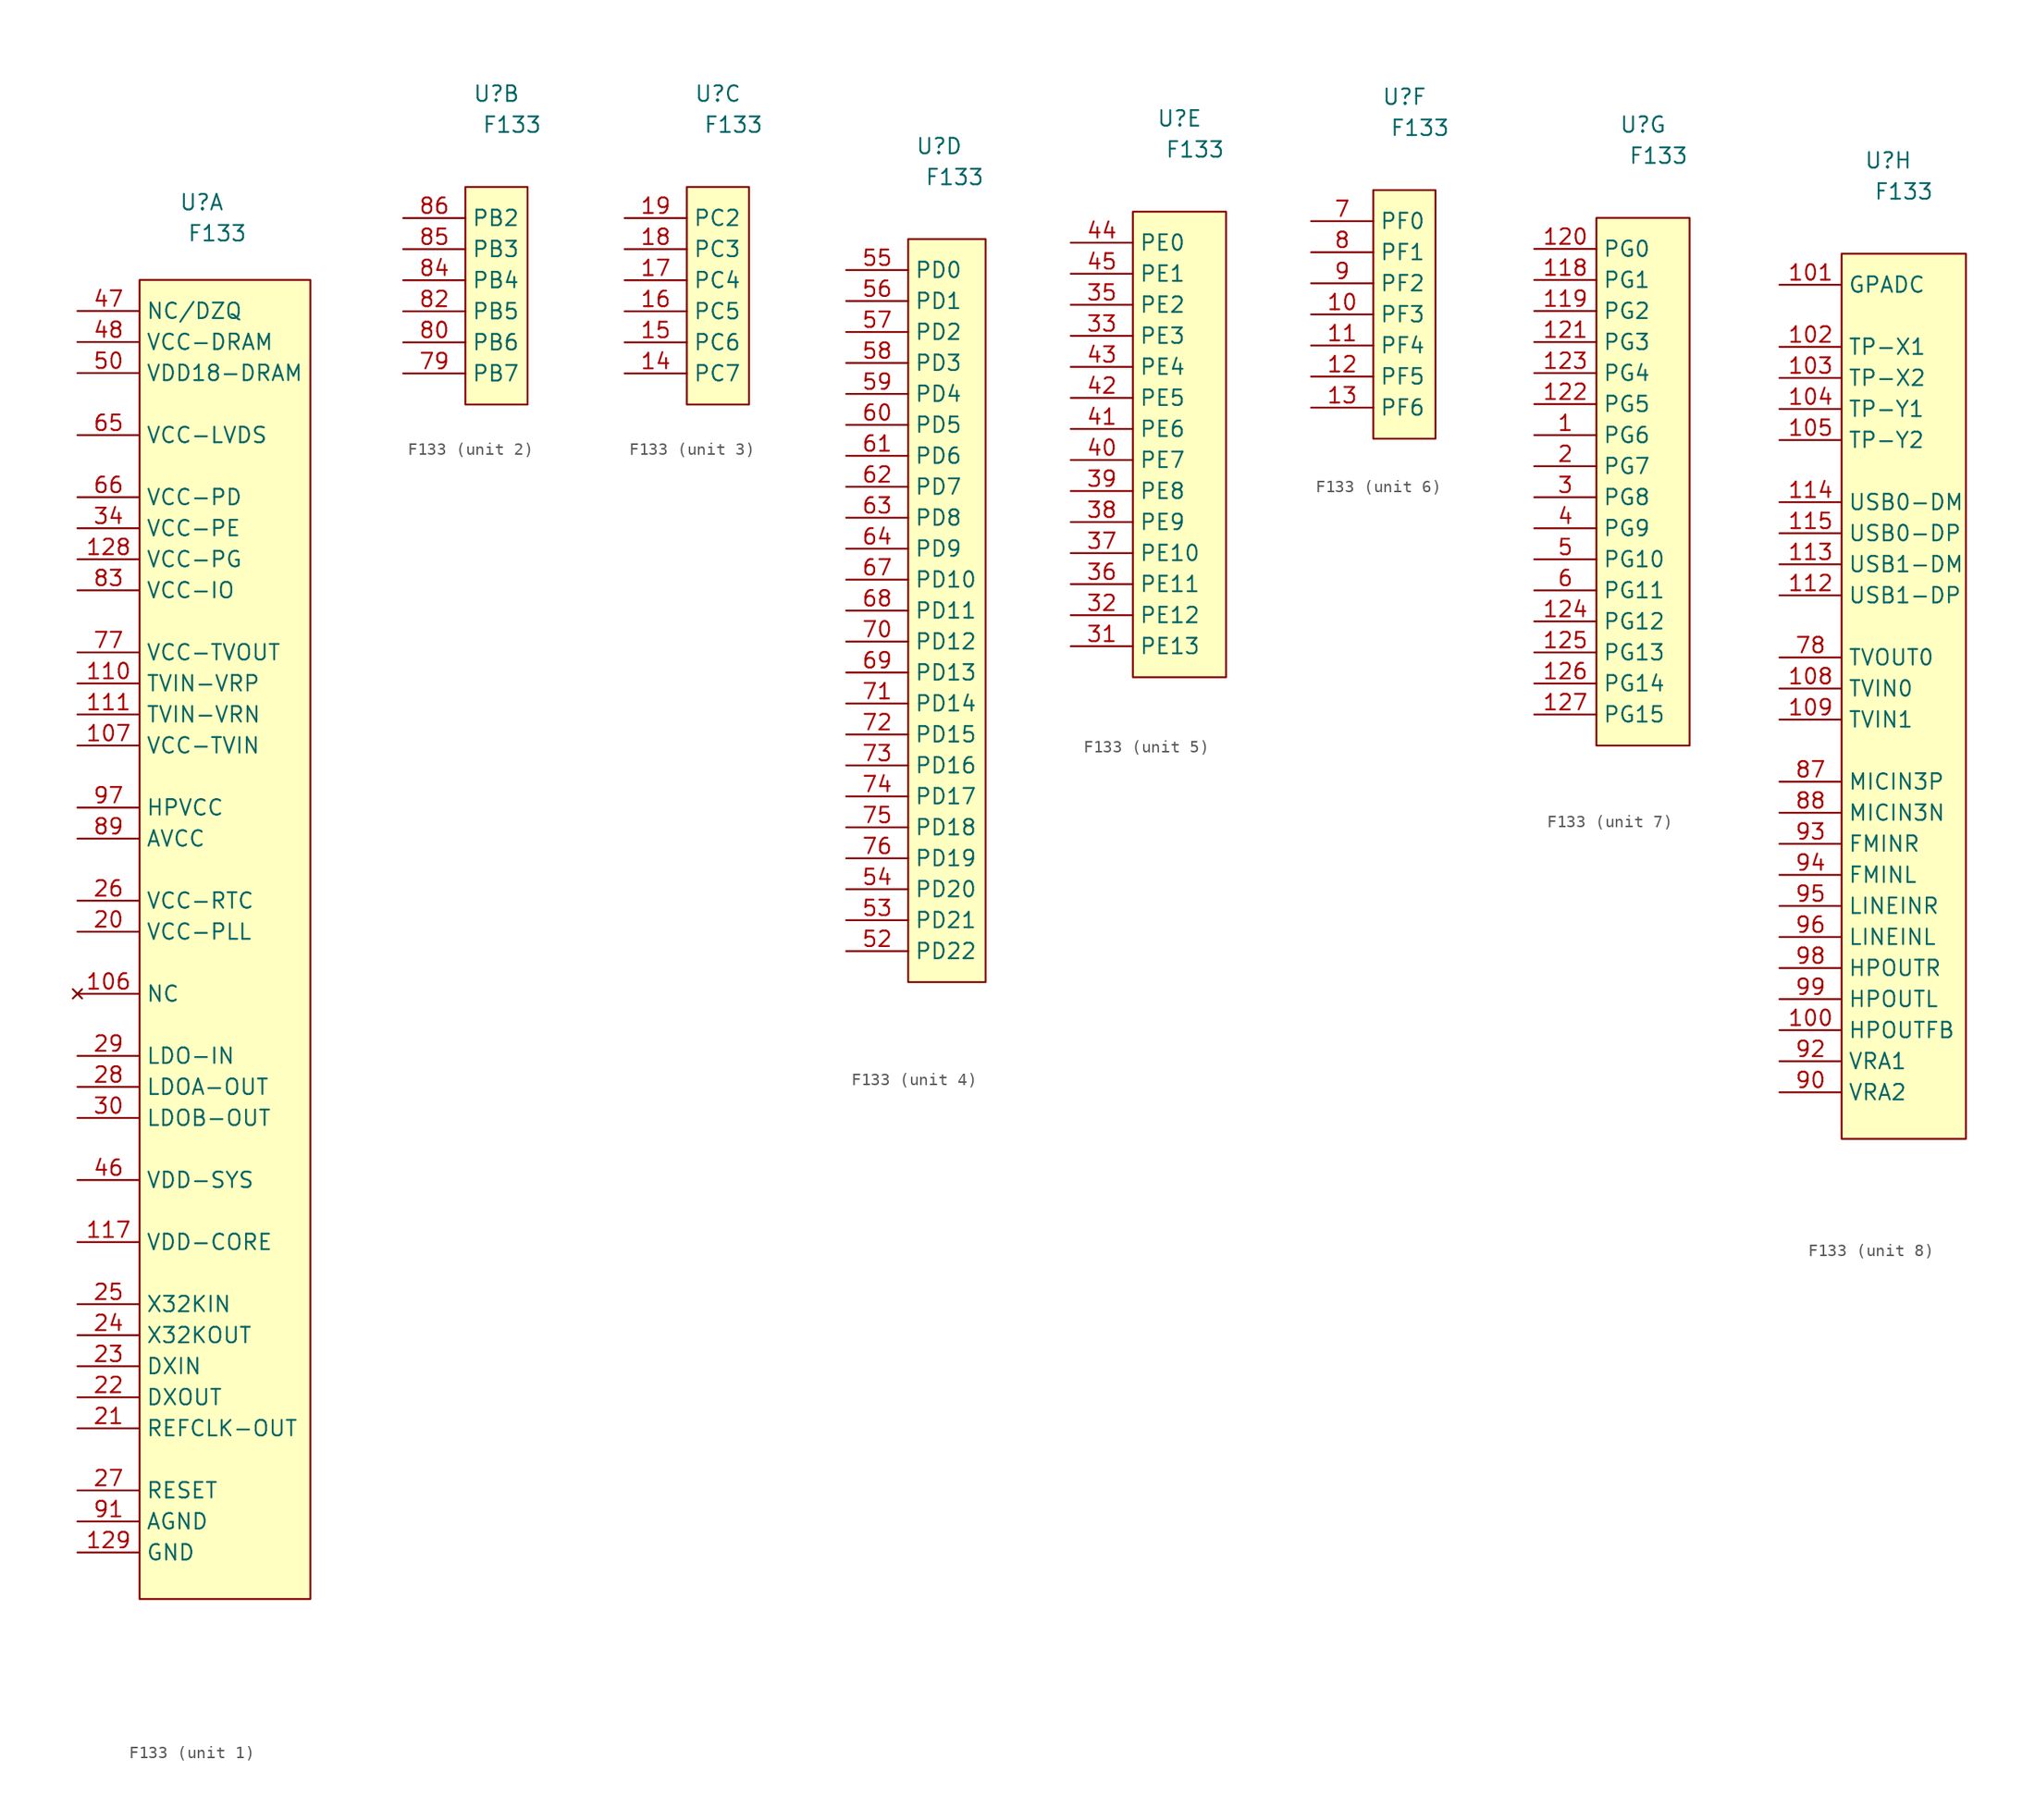
<source format=kicad_sym>
(kicad_symbol_lib
  (version 20211014)
  (generator kicad_symbol_editor)
  (symbol "F133"
    (property "Reference" "U"
      (at 0 7.62 0)
      (effects (font (size 1.27 1.27))))
    (property "Value" "F133"
      (at 1.27 5.08 0)
      (effects (font (size 1.27 1.27))))
    (property "ki_locked" ""
      (at 0 0 0)
      (effects (font (size 1.27 1.27))))
    (symbol "F133_1_1"
      (rectangle (start -5.08 1.27) (end 8.89 -106.68) (stroke (width 0.152) (type default) (color 0 0 0 0)) (fill (type background)))
      (pin no_connect line (at -10.16 -57.15 0) (length 5.08) (name "NC" (effects (font (size 1.27 1.27)))) (number "106" (effects (font (size 1.27 1.27)))))
      (pin passive line (at -10.16 -36.83 0) (length 5.08) (name "VCC-TVIN" (effects (font (size 1.27 1.27)))) (number "107" (effects (font (size 1.27 1.27)))))
      (pin passive line (at -10.16 -31.75 0) (length 5.08) (name "TVIN-VRP" (effects (font (size 1.27 1.27)))) (number "110" (effects (font (size 1.27 1.27)))))
      (pin passive line (at -10.16 -34.29 0) (length 5.08) (name "TVIN-VRN" (effects (font (size 1.27 1.27)))) (number "111" (effects (font (size 1.27 1.27)))))
      (pin passive line (at -10.16 -77.47 0) (length 5.08) hide (name "VDD-CORE" (effects (font (size 1.27 1.27)))) (number "116" (effects (font (size 1.27 1.27)))))
      (pin passive line (at -10.16 -77.47 0) (length 5.08) (name "VDD-CORE" (effects (font (size 1.27 1.27)))) (number "117" (effects (font (size 1.27 1.27)))))
      (pin passive line (at -10.16 -21.59 0) (length 5.08) (name "VCC-PG" (effects (font (size 1.27 1.27)))) (number "128" (effects (font (size 1.27 1.27)))))
      (pin passive line (at -10.16 -102.87 0) (length 5.08) (name "GND" (effects (font (size 1.27 1.27)))) (number "129" (effects (font (size 1.27 1.27)))))
      (pin passive line (at -10.16 -52.07 0) (length 5.08) (name "VCC-PLL" (effects (font (size 1.27 1.27)))) (number "20" (effects (font (size 1.27 1.27)))))
      (pin passive line (at -10.16 -92.71 0) (length 5.08) (name "REFCLK-OUT" (effects (font (size 1.27 1.27)))) (number "21" (effects (font (size 1.27 1.27)))))
      (pin passive line (at -10.16 -90.17 0) (length 5.08) (name "DXOUT" (effects (font (size 1.27 1.27)))) (number "22" (effects (font (size 1.27 1.27)))))
      (pin passive line (at -10.16 -87.63 0) (length 5.08) (name "DXIN" (effects (font (size 1.27 1.27)))) (number "23" (effects (font (size 1.27 1.27)))))
      (pin passive line (at -10.16 -85.09 0) (length 5.08) (name "X32KOUT" (effects (font (size 1.27 1.27)))) (number "24" (effects (font (size 1.27 1.27)))))
      (pin passive line (at -10.16 -82.55 0) (length 5.08) (name "X32KIN" (effects (font (size 1.27 1.27)))) (number "25" (effects (font (size 1.27 1.27)))))
      (pin passive line (at -10.16 -49.53 0) (length 5.08) (name "VCC-RTC" (effects (font (size 1.27 1.27)))) (number "26" (effects (font (size 1.27 1.27)))))
      (pin passive line (at -10.16 -97.79 0) (length 5.08) (name "RESET" (effects (font (size 1.27 1.27)))) (number "27" (effects (font (size 1.27 1.27)))))
      (pin passive line (at -10.16 -64.77 0) (length 5.08) (name "LDOA-OUT" (effects (font (size 1.27 1.27)))) (number "28" (effects (font (size 1.27 1.27)))))
      (pin passive line (at -10.16 -62.23 0) (length 5.08) (name "LDO-IN" (effects (font (size 1.27 1.27)))) (number "29" (effects (font (size 1.27 1.27)))))
      (pin passive line (at -10.16 -67.31 0) (length 5.08) (name "LDOB-OUT" (effects (font (size 1.27 1.27)))) (number "30" (effects (font (size 1.27 1.27)))))
      (pin passive line (at -10.16 -19.05 0) (length 5.08) (name "VCC-PE" (effects (font (size 1.27 1.27)))) (number "34" (effects (font (size 1.27 1.27)))))
      (pin passive line (at -10.16 -72.39 0) (length 5.08) (name "VDD-SYS" (effects (font (size 1.27 1.27)))) (number "46" (effects (font (size 1.27 1.27)))))
      (pin passive line (at -10.16 -1.27 0) (length 5.08) (name "NC/DZQ" (effects (font (size 1.27 1.27)))) (number "47" (effects (font (size 1.27 1.27)))))
      (pin passive line (at -10.16 -3.81 0) (length 5.08) (name "VCC-DRAM" (effects (font (size 1.27 1.27)))) (number "48" (effects (font (size 1.27 1.27)))))
      (pin passive line (at -10.16 -3.81 0) (length 5.08) hide (name "VCC-DRAM" (effects (font (size 1.27 1.27)))) (number "49" (effects (font (size 1.27 1.27)))))
      (pin passive line (at -10.16 -6.35 0) (length 5.08) (name "VDD18-DRAM" (effects (font (size 1.27 1.27)))) (number "50" (effects (font (size 1.27 1.27)))))
      (pin passive line (at -10.16 -72.39 0) (length 5.08) hide (name "VDD-SYS" (effects (font (size 1.27 1.27)))) (number "51" (effects (font (size 1.27 1.27)))))
      (pin passive line (at -10.16 -11.43 0) (length 5.08) (name "VCC-LVDS" (effects (font (size 1.27 1.27)))) (number "65" (effects (font (size 1.27 1.27)))))
      (pin passive line (at -10.16 -16.51 0) (length 5.08) (name "VCC-PD" (effects (font (size 1.27 1.27)))) (number "66" (effects (font (size 1.27 1.27)))))
      (pin passive line (at -10.16 -29.21 0) (length 5.08) (name "VCC-TVOUT" (effects (font (size 1.27 1.27)))) (number "77" (effects (font (size 1.27 1.27)))))
      (pin passive line (at -10.16 -72.39 0) (length 5.08) hide (name "VDD-SYS" (effects (font (size 1.27 1.27)))) (number "81" (effects (font (size 1.27 1.27)))))
      (pin passive line (at -10.16 -24.13 0) (length 5.08) (name "VCC-IO" (effects (font (size 1.27 1.27)))) (number "83" (effects (font (size 1.27 1.27)))))
      (pin passive line (at -10.16 -44.45 0) (length 5.08) (name "AVCC" (effects (font (size 1.27 1.27)))) (number "89" (effects (font (size 1.27 1.27)))))
      (pin passive line (at -10.16 -100.33 0) (length 5.08) (name "AGND" (effects (font (size 1.27 1.27)))) (number "91" (effects (font (size 1.27 1.27)))))
      (pin passive line (at -10.16 -41.91 0) (length 5.08) (name "HPVCC" (effects (font (size 1.27 1.27)))) (number "97" (effects (font (size 1.27 1.27))))))
    (symbol "F133_2_0"
      (pin passive line (at -7.62 -15.24 0) (length 5.08) (name "PB7" (effects (font (size 1.27 1.27)))) (number "79" (effects (font (size 1.27 1.27)))))
      (pin passive line (at -7.62 -12.7 0) (length 5.08) (name "PB6" (effects (font (size 1.27 1.27)))) (number "80" (effects (font (size 1.27 1.27)))))
      (pin passive line (at -7.62 -10.16 0) (length 5.08) (name "PB5" (effects (font (size 1.27 1.27)))) (number "82" (effects (font (size 1.27 1.27)))))
      (pin passive line (at -7.62 -7.62 0) (length 5.08) (name "PB4" (effects (font (size 1.27 1.27)))) (number "84" (effects (font (size 1.27 1.27)))))
      (pin passive line (at -7.62 -5.08 0) (length 5.08) (name "PB3" (effects (font (size 1.27 1.27)))) (number "85" (effects (font (size 1.27 1.27)))))
      (pin passive line (at -7.62 -2.54 0) (length 5.08) (name "PB2" (effects (font (size 1.27 1.27)))) (number "86" (effects (font (size 1.27 1.27))))))
    (symbol "F133_2_1"
      (rectangle (start -2.54 0) (end 2.54 -17.78) (stroke (width 0.152) (type default) (color 0 0 0 0)) (fill (type background))))
    (symbol "F133_3_0"
      (pin passive line (at -7.62 -15.24 0) (length 5.08) (name "PC7" (effects (font (size 1.27 1.27)))) (number "14" (effects (font (size 1.27 1.27)))))
      (pin passive line (at -7.62 -12.7 0) (length 5.08) (name "PC6" (effects (font (size 1.27 1.27)))) (number "15" (effects (font (size 1.27 1.27)))))
      (pin passive line (at -7.62 -10.16 0) (length 5.08) (name "PC5" (effects (font (size 1.27 1.27)))) (number "16" (effects (font (size 1.27 1.27)))))
      (pin passive line (at -7.62 -7.62 0) (length 5.08) (name "PC4" (effects (font (size 1.27 1.27)))) (number "17" (effects (font (size 1.27 1.27)))))
      (pin passive line (at -7.62 -5.08 0) (length 5.08) (name "PC3" (effects (font (size 1.27 1.27)))) (number "18" (effects (font (size 1.27 1.27)))))
      (pin passive line (at -7.62 -2.54 0) (length 5.08) (name "PC2" (effects (font (size 1.27 1.27)))) (number "19" (effects (font (size 1.27 1.27))))))
    (symbol "F133_3_1"
      (rectangle (start -2.54 0) (end 2.54 -17.78) (stroke (width 0.152) (type default) (color 0 0 0 0)) (fill (type background))))
    (symbol "F133_4_0"
      (pin passive line (at -7.62 -58.42 0) (length 5.08) (name "PD22" (effects (font (size 1.27 1.27)))) (number "52" (effects (font (size 1.27 1.27)))))
      (pin passive line (at -7.62 -55.88 0) (length 5.08) (name "PD21" (effects (font (size 1.27 1.27)))) (number "53" (effects (font (size 1.27 1.27)))))
      (pin passive line (at -7.62 -53.34 0) (length 5.08) (name "PD20" (effects (font (size 1.27 1.27)))) (number "54" (effects (font (size 1.27 1.27)))))
      (pin passive line (at -7.62 -2.54 0) (length 5.08) (name "PD0" (effects (font (size 1.27 1.27)))) (number "55" (effects (font (size 1.27 1.27)))))
      (pin passive line (at -7.62 -5.08 0) (length 5.08) (name "PD1" (effects (font (size 1.27 1.27)))) (number "56" (effects (font (size 1.27 1.27)))))
      (pin passive line (at -7.62 -7.62 0) (length 5.08) (name "PD2" (effects (font (size 1.27 1.27)))) (number "57" (effects (font (size 1.27 1.27)))))
      (pin passive line (at -7.62 -10.16 0) (length 5.08) (name "PD3" (effects (font (size 1.27 1.27)))) (number "58" (effects (font (size 1.27 1.27)))))
      (pin passive line (at -7.62 -12.7 0) (length 5.08) (name "PD4" (effects (font (size 1.27 1.27)))) (number "59" (effects (font (size 1.27 1.27)))))
      (pin passive line (at -7.62 -15.24 0) (length 5.08) (name "PD5" (effects (font (size 1.27 1.27)))) (number "60" (effects (font (size 1.27 1.27)))))
      (pin passive line (at -7.62 -17.78 0) (length 5.08) (name "PD6" (effects (font (size 1.27 1.27)))) (number "61" (effects (font (size 1.27 1.27)))))
      (pin passive line (at -7.62 -20.32 0) (length 5.08) (name "PD7" (effects (font (size 1.27 1.27)))) (number "62" (effects (font (size 1.27 1.27)))))
      (pin passive line (at -7.62 -22.86 0) (length 5.08) (name "PD8" (effects (font (size 1.27 1.27)))) (number "63" (effects (font (size 1.27 1.27)))))
      (pin passive line (at -7.62 -25.4 0) (length 5.08) (name "PD9" (effects (font (size 1.27 1.27)))) (number "64" (effects (font (size 1.27 1.27)))))
      (pin passive line (at -7.62 -27.94 0) (length 5.08) (name "PD10" (effects (font (size 1.27 1.27)))) (number "67" (effects (font (size 1.27 1.27)))))
      (pin passive line (at -7.62 -30.48 0) (length 5.08) (name "PD11" (effects (font (size 1.27 1.27)))) (number "68" (effects (font (size 1.27 1.27)))))
      (pin passive line (at -7.62 -35.56 0) (length 5.08) (name "PD13" (effects (font (size 1.27 1.27)))) (number "69" (effects (font (size 1.27 1.27)))))
      (pin passive line (at -7.62 -33.02 0) (length 5.08) (name "PD12" (effects (font (size 1.27 1.27)))) (number "70" (effects (font (size 1.27 1.27)))))
      (pin passive line (at -7.62 -38.1 0) (length 5.08) (name "PD14" (effects (font (size 1.27 1.27)))) (number "71" (effects (font (size 1.27 1.27)))))
      (pin passive line (at -7.62 -40.64 0) (length 5.08) (name "PD15" (effects (font (size 1.27 1.27)))) (number "72" (effects (font (size 1.27 1.27)))))
      (pin passive line (at -7.62 -43.18 0) (length 5.08) (name "PD16" (effects (font (size 1.27 1.27)))) (number "73" (effects (font (size 1.27 1.27)))))
      (pin passive line (at -7.62 -45.72 0) (length 5.08) (name "PD17" (effects (font (size 1.27 1.27)))) (number "74" (effects (font (size 1.27 1.27)))))
      (pin passive line (at -7.62 -48.26 0) (length 5.08) (name "PD18" (effects (font (size 1.27 1.27)))) (number "75" (effects (font (size 1.27 1.27)))))
      (pin passive line (at -7.62 -50.8 0) (length 5.08) (name "PD19" (effects (font (size 1.27 1.27)))) (number "76" (effects (font (size 1.27 1.27))))))
    (symbol "F133_4_1"
      (rectangle (start -2.54 0) (end 3.81 -60.96) (stroke (width 0.152) (type default) (color 0 0 0 0)) (fill (type background))))
    (symbol "F133_5_0"
      (pin passive line (at -8.89 -10.16 0) (length 5.08) (name "PE3" (effects (font (size 1.27 1.27)))) (number "33" (effects (font (size 1.27 1.27)))))
      (pin passive line (at -8.89 -7.62 0) (length 5.08) (name "PE2" (effects (font (size 1.27 1.27)))) (number "35" (effects (font (size 1.27 1.27)))))
      (pin passive line (at -8.89 -30.48 0) (length 5.08) (name "PE11" (effects (font (size 1.27 1.27)))) (number "36" (effects (font (size 1.27 1.27)))))
      (pin passive line (at -8.89 -27.94 0) (length 5.08) (name "PE10" (effects (font (size 1.27 1.27)))) (number "37" (effects (font (size 1.27 1.27)))))
      (pin passive line (at -8.89 -25.4 0) (length 5.08) (name "PE9" (effects (font (size 1.27 1.27)))) (number "38" (effects (font (size 1.27 1.27)))))
      (pin passive line (at -8.89 -22.86 0) (length 5.08) (name "PE8" (effects (font (size 1.27 1.27)))) (number "39" (effects (font (size 1.27 1.27)))))
      (pin passive line (at -8.89 -20.32 0) (length 5.08) (name "PE7" (effects (font (size 1.27 1.27)))) (number "40" (effects (font (size 1.27 1.27)))))
      (pin passive line (at -8.89 -17.78 0) (length 5.08) (name "PE6" (effects (font (size 1.27 1.27)))) (number "41" (effects (font (size 1.27 1.27)))))
      (pin passive line (at -8.89 -15.24 0) (length 5.08) (name "PE5" (effects (font (size 1.27 1.27)))) (number "42" (effects (font (size 1.27 1.27)))))
      (pin passive line (at -8.89 -12.7 0) (length 5.08) (name "PE4" (effects (font (size 1.27 1.27)))) (number "43" (effects (font (size 1.27 1.27)))))
      (pin passive line (at -8.89 -2.54 0) (length 5.08) (name "PE0" (effects (font (size 1.27 1.27)))) (number "44" (effects (font (size 1.27 1.27)))))
      (pin passive line (at -8.89 -5.08 0) (length 5.08) (name "PE1" (effects (font (size 1.27 1.27)))) (number "45" (effects (font (size 1.27 1.27))))))
    (symbol "F133_5_1"
      (rectangle (start -3.81 0) (end 3.81 -38.1) (stroke (width 0.152) (type default) (color 0 0 0 0)) (fill (type background)))
      (pin passive line (at -8.89 -35.56 0) (length 5.08) (name "PE13" (effects (font (size 1.27 1.27)))) (number "31" (effects (font (size 1.27 1.27)))))
      (pin passive line (at -8.89 -33.02 0) (length 5.08) (name "PE12" (effects (font (size 1.27 1.27)))) (number "32" (effects (font (size 1.27 1.27))))))
    (symbol "F133_6_0"
      (pin passive line (at -7.62 -10.16 0) (length 5.08) (name "PF3" (effects (font (size 1.27 1.27)))) (number "10" (effects (font (size 1.27 1.27)))))
      (pin passive line (at -7.62 -12.7 0) (length 5.08) (name "PF4" (effects (font (size 1.27 1.27)))) (number "11" (effects (font (size 1.27 1.27)))))
      (pin passive line (at -7.62 -15.24 0) (length 5.08) (name "PF5" (effects (font (size 1.27 1.27)))) (number "12" (effects (font (size 1.27 1.27)))))
      (pin passive line (at -7.62 -17.78 0) (length 5.08) (name "PF6" (effects (font (size 1.27 1.27)))) (number "13" (effects (font (size 1.27 1.27)))))
      (pin passive line (at -7.62 -2.54 0) (length 5.08) (name "PF0" (effects (font (size 1.27 1.27)))) (number "7" (effects (font (size 1.27 1.27)))))
      (pin passive line (at -7.62 -5.08 0) (length 5.08) (name "PF1" (effects (font (size 1.27 1.27)))) (number "8" (effects (font (size 1.27 1.27)))))
      (pin passive line (at -7.62 -7.62 0) (length 5.08) (name "PF2" (effects (font (size 1.27 1.27)))) (number "9" (effects (font (size 1.27 1.27))))))
    (symbol "F133_6_1"
      (rectangle (start -2.54 0) (end 2.54 -20.32) (stroke (width 0.152) (type default) (color 0 0 0 0)) (fill (type background))))
    (symbol "F133_7_0"
      (pin passive line (at -8.89 -17.78 0) (length 5.08) (name "PG6" (effects (font (size 1.27 1.27)))) (number "1" (effects (font (size 1.27 1.27)))))
      (pin passive line (at -8.89 -5.08 0) (length 5.08) (name "PG1" (effects (font (size 1.27 1.27)))) (number "118" (effects (font (size 1.27 1.27)))))
      (pin passive line (at -8.89 -7.62 0) (length 5.08) (name "PG2" (effects (font (size 1.27 1.27)))) (number "119" (effects (font (size 1.27 1.27)))))
      (pin passive line (at -8.89 -2.54 0) (length 5.08) (name "PG0" (effects (font (size 1.27 1.27)))) (number "120" (effects (font (size 1.27 1.27)))))
      (pin passive line (at -8.89 -10.16 0) (length 5.08) (name "PG3" (effects (font (size 1.27 1.27)))) (number "121" (effects (font (size 1.27 1.27)))))
      (pin passive line (at -8.89 -15.24 0) (length 5.08) (name "PG5" (effects (font (size 1.27 1.27)))) (number "122" (effects (font (size 1.27 1.27)))))
      (pin passive line (at -8.89 -12.7 0) (length 5.08) (name "PG4" (effects (font (size 1.27 1.27)))) (number "123" (effects (font (size 1.27 1.27)))))
      (pin passive line (at -8.89 -20.32 0) (length 5.08) (name "PG7" (effects (font (size 1.27 1.27)))) (number "2" (effects (font (size 1.27 1.27)))))
      (pin passive line (at -8.89 -22.86 0) (length 5.08) (name "PG8" (effects (font (size 1.27 1.27)))) (number "3" (effects (font (size 1.27 1.27)))))
      (pin passive line (at -8.89 -25.4 0) (length 5.08) (name "PG9" (effects (font (size 1.27 1.27)))) (number "4" (effects (font (size 1.27 1.27)))))
      (pin passive line (at -8.89 -27.94 0) (length 5.08) (name "PG10" (effects (font (size 1.27 1.27)))) (number "5" (effects (font (size 1.27 1.27)))))
      (pin passive line (at -8.89 -30.48 0) (length 5.08) (name "PG11" (effects (font (size 1.27 1.27)))) (number "6" (effects (font (size 1.27 1.27))))))
    (symbol "F133_7_1"
      (rectangle (start -3.81 0) (end 3.81 -43.18) (stroke (width 0.152) (type default) (color 0 0 0 0)) (fill (type background)))
      (pin passive line (at -8.89 -33.02 0) (length 5.08) (name "PG12" (effects (font (size 1.27 1.27)))) (number "124" (effects (font (size 1.27 1.27)))))
      (pin passive line (at -8.89 -35.56 0) (length 5.08) (name "PG13" (effects (font (size 1.27 1.27)))) (number "125" (effects (font (size 1.27 1.27)))))
      (pin passive line (at -8.89 -38.1 0) (length 5.08) (name "PG14" (effects (font (size 1.27 1.27)))) (number "126" (effects (font (size 1.27 1.27)))))
      (pin passive line (at -8.89 -40.64 0) (length 5.08) (name "PG15" (effects (font (size 1.27 1.27)))) (number "127" (effects (font (size 1.27 1.27))))))
    (symbol "F133_8_1"
      (rectangle (start -3.81 0) (end 6.35 -72.39) (stroke (width 0.152) (type default) (color 0 0 0 0)) (fill (type background)))
      (pin passive line (at -8.89 -63.5 0) (length 5.08) (name "HPOUTFB" (effects (font (size 1.27 1.27)))) (number "100" (effects (font (size 1.27 1.27)))))
      (pin passive line (at -8.89 -2.54 0) (length 5.08) (name "GPADC" (effects (font (size 1.27 1.27)))) (number "101" (effects (font (size 1.27 1.27)))))
      (pin passive line (at -8.89 -7.62 0) (length 5.08) (name "TP-X1" (effects (font (size 1.27 1.27)))) (number "102" (effects (font (size 1.27 1.27)))))
      (pin passive line (at -8.89 -10.16 0) (length 5.08) (name "TP-X2" (effects (font (size 1.27 1.27)))) (number "103" (effects (font (size 1.27 1.27)))))
      (pin passive line (at -8.89 -12.7 0) (length 5.08) (name "TP-Y1" (effects (font (size 1.27 1.27)))) (number "104" (effects (font (size 1.27 1.27)))))
      (pin passive line (at -8.89 -15.24 0) (length 5.08) (name "TP-Y2" (effects (font (size 1.27 1.27)))) (number "105" (effects (font (size 1.27 1.27)))))
      (pin passive line (at -8.89 -35.56 0) (length 5.08) (name "TVIN0" (effects (font (size 1.27 1.27)))) (number "108" (effects (font (size 1.27 1.27)))))
      (pin passive line (at -8.89 -38.1 0) (length 5.08) (name "TVIN1" (effects (font (size 1.27 1.27)))) (number "109" (effects (font (size 1.27 1.27)))))
      (pin passive line (at -8.89 -27.94 0) (length 5.08) (name "USB1-DP" (effects (font (size 1.27 1.27)))) (number "112" (effects (font (size 1.27 1.27)))))
      (pin passive line (at -8.89 -25.4 0) (length 5.08) (name "USB1-DM" (effects (font (size 1.27 1.27)))) (number "113" (effects (font (size 1.27 1.27)))))
      (pin passive line (at -8.89 -20.32 0) (length 5.08) (name "USB0-DM" (effects (font (size 1.27 1.27)))) (number "114" (effects (font (size 1.27 1.27)))))
      (pin passive line (at -8.89 -22.86 0) (length 5.08) (name "USB0-DP" (effects (font (size 1.27 1.27)))) (number "115" (effects (font (size 1.27 1.27)))))
      (pin passive line (at -8.89 -33.02 0) (length 5.08) (name "TVOUT0" (effects (font (size 1.27 1.27)))) (number "78" (effects (font (size 1.27 1.27)))))
      (pin passive line (at -8.89 -43.18 0) (length 5.08) (name "MICIN3P" (effects (font (size 1.27 1.27)))) (number "87" (effects (font (size 1.27 1.27)))))
      (pin passive line (at -8.89 -45.72 0) (length 5.08) (name "MICIN3N" (effects (font (size 1.27 1.27)))) (number "88" (effects (font (size 1.27 1.27)))))
      (pin passive line (at -8.89 -68.58 0) (length 5.08) (name "VRA2" (effects (font (size 1.27 1.27)))) (number "90" (effects (font (size 1.27 1.27)))))
      (pin passive line (at -8.89 -66.04 0) (length 5.08) (name "VRA1" (effects (font (size 1.27 1.27)))) (number "92" (effects (font (size 1.27 1.27)))))
      (pin passive line (at -8.89 -48.26 0) (length 5.08) (name "FMINR" (effects (font (size 1.27 1.27)))) (number "93" (effects (font (size 1.27 1.27)))))
      (pin passive line (at -8.89 -50.8 0) (length 5.08) (name "FMINL" (effects (font (size 1.27 1.27)))) (number "94" (effects (font (size 1.27 1.27)))))
      (pin passive line (at -8.89 -53.34 0) (length 5.08) (name "LINEINR" (effects (font (size 1.27 1.27)))) (number "95" (effects (font (size 1.27 1.27)))))
      (pin passive line (at -8.89 -55.88 0) (length 5.08) (name "LINEINL" (effects (font (size 1.27 1.27)))) (number "96" (effects (font (size 1.27 1.27)))))
      (pin passive line (at -8.89 -58.42 0) (length 5.08) (name "HPOUTR" (effects (font (size 1.27 1.27)))) (number "98" (effects (font (size 1.27 1.27)))))
      (pin passive line (at -8.89 -60.96 0) (length 5.08) (name "HPOUTL" (effects (font (size 1.27 1.27)))) (number "99" (effects (font (size 1.27 1.27))))))))
</source>
